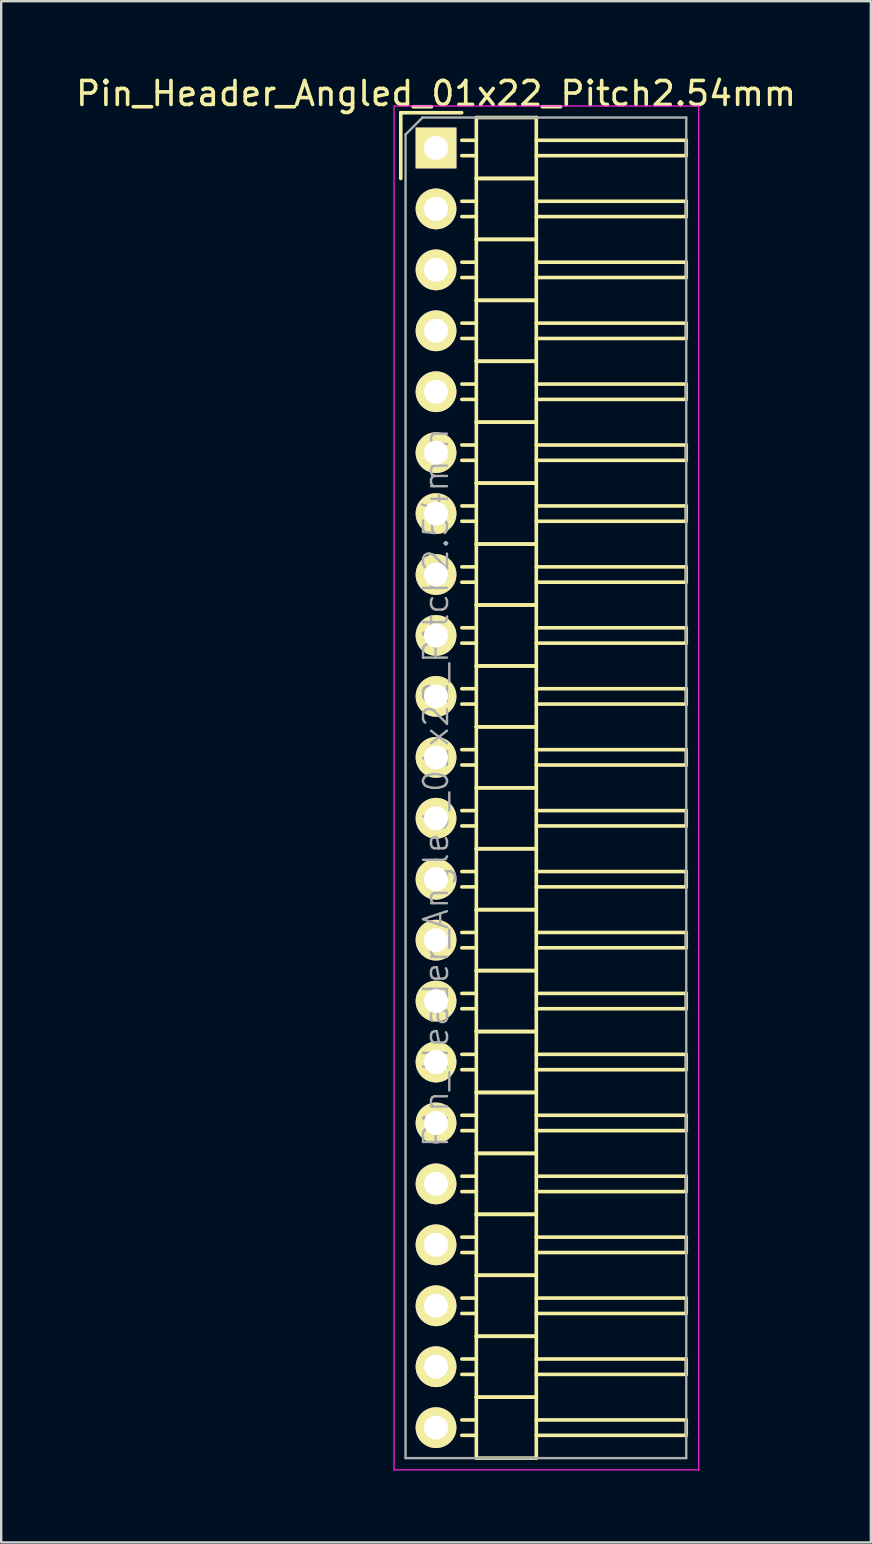
<source format=kicad_pcb>
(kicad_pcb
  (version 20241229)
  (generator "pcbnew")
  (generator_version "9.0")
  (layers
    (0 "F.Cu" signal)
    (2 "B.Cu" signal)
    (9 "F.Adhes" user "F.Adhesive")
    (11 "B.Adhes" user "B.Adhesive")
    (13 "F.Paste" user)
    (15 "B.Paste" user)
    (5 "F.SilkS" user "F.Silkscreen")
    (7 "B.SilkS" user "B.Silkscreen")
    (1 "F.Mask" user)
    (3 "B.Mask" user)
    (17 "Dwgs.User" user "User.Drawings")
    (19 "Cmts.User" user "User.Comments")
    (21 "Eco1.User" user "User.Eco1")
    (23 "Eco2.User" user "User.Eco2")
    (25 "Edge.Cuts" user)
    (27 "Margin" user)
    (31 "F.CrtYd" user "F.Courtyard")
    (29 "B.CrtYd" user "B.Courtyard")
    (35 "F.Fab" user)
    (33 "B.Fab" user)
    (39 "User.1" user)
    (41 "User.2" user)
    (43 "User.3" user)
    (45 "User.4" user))
  (footprint "Pin_Header_Angled_01x22_Pitch2.54mm"
    (layer "F.Cu")
    (at 15.125 3.118)
    (property "Reference" "Pin_Header_Angled_01x22_Pitch2.54mm" (at 0 -2.27 0) (layer "F.SilkS") (effects (font (size 1 1) (thickness 0.15))))
    (attr smd)
    (fp_line (start -1.47 -1.47) (end -1.47 1.27) (stroke (width 0.15) (type solid)) (layer "F.SilkS"))
    (fp_line (start -1.47 -1.47) (end 1.07 -1.47) (stroke (width 0.15) (type solid)) (layer "F.SilkS"))
    (fp_line (start 1.68 -0.32) (end 1.075 -0.32) (stroke (width 0.15) (type solid)) (layer "F.SilkS"))
    (fp_line (start 1.68 0.32) (end 1.075 0.32) (stroke (width 0.15) (type solid)) (layer "F.SilkS"))
    (fp_line (start 1.68 1.27) (end 1.68 -1.27) (stroke (width 0.15) (type solid)) (layer "F.SilkS"))
    (fp_line (start 1.68 2.22) (end 1.075 2.22) (stroke (width 0.15) (type solid)) (layer "F.SilkS"))
    (fp_line (start 1.68 2.86) (end 1.075 2.86) (stroke (width 0.15) (type solid)) (layer "F.SilkS"))
    (fp_line (start 1.68 3.81) (end 1.68 1.27) (stroke (width 0.15) (type solid)) (layer "F.SilkS"))
    (fp_line (start 1.68 4.76) (end 1.075 4.76) (stroke (width 0.15) (type solid)) (layer "F.SilkS"))
    (fp_line (start 1.68 5.4) (end 1.075 5.4) (stroke (width 0.15) (type solid)) (layer "F.SilkS"))
    (fp_line (start 1.68 6.35) (end 1.68 3.81) (stroke (width 0.15) (type solid)) (layer "F.SilkS"))
    (fp_line (start 1.68 7.3) (end 1.075 7.3) (stroke (width 0.15) (type solid)) (layer "F.SilkS"))
    (fp_line (start 1.68 7.94) (end 1.075 7.94) (stroke (width 0.15) (type solid)) (layer "F.SilkS"))
    (fp_line (start 1.68 8.89) (end 1.68 6.35) (stroke (width 0.15) (type solid)) (layer "F.SilkS"))
    (fp_line (start 1.68 9.84) (end 1.075 9.84) (stroke (width 0.15) (type solid)) (layer "F.SilkS"))
    (fp_line (start 1.68 10.48) (end 1.075 10.48) (stroke (width 0.15) (type solid)) (layer "F.SilkS"))
    (fp_line (start 1.68 11.43) (end 1.68 8.89) (stroke (width 0.15) (type solid)) (layer "F.SilkS"))
    (fp_line (start 1.68 12.38) (end 1.075 12.38) (stroke (width 0.15) (type solid)) (layer "F.SilkS"))
    (fp_line (start 1.68 13.02) (end 1.075 13.02) (stroke (width 0.15) (type solid)) (layer "F.SilkS"))
    (fp_line (start 1.68 13.97) (end 1.68 11.43) (stroke (width 0.15) (type solid)) (layer "F.SilkS"))
    (fp_line (start 1.68 14.92) (end 1.075 14.92) (stroke (width 0.15) (type solid)) (layer "F.SilkS"))
    (fp_line (start 1.68 15.56) (end 1.075 15.56) (stroke (width 0.15) (type solid)) (layer "F.SilkS"))
    (fp_line (start 1.68 16.51) (end 1.68 13.97) (stroke (width 0.15) (type solid)) (layer "F.SilkS"))
    (fp_line (start 1.68 17.46) (end 1.075 17.46) (stroke (width 0.15) (type solid)) (layer "F.SilkS"))
    (fp_line (start 1.68 18.1) (end 1.075 18.1) (stroke (width 0.15) (type solid)) (layer "F.SilkS"))
    (fp_line (start 1.68 19.05) (end 1.68 16.51) (stroke (width 0.15) (type solid)) (layer "F.SilkS"))
    (fp_line (start 1.68 20) (end 1.075 20) (stroke (width 0.15) (type solid)) (layer "F.SilkS"))
    (fp_line (start 1.68 20.64) (end 1.075 20.64) (stroke (width 0.15) (type solid)) (layer "F.SilkS"))
    (fp_line (start 1.68 21.59) (end 1.68 19.05) (stroke (width 0.15) (type solid)) (layer "F.SilkS"))
    (fp_line (start 1.68 22.54) (end 1.075 22.54) (stroke (width 0.15) (type solid)) (layer "F.SilkS"))
    (fp_line (start 1.68 23.18) (end 1.075 23.18) (stroke (width 0.15) (type solid)) (layer "F.SilkS"))
    (fp_line (start 1.68 24.13) (end 1.68 21.59) (stroke (width 0.15) (type solid)) (layer "F.SilkS"))
    (fp_line (start 1.68 25.08) (end 1.075 25.08) (stroke (width 0.15) (type solid)) (layer "F.SilkS"))
    (fp_line (start 1.68 25.72) (end 1.075 25.72) (stroke (width 0.15) (type solid)) (layer "F.SilkS"))
    (fp_line (start 1.68 26.67) (end 1.68 24.13) (stroke (width 0.15) (type solid)) (layer "F.SilkS"))
    (fp_line (start 1.68 27.62) (end 1.075 27.62) (stroke (width 0.15) (type solid)) (layer "F.SilkS"))
    (fp_line (start 1.68 28.26) (end 1.075 28.26) (stroke (width 0.15) (type solid)) (layer "F.SilkS"))
    (fp_line (start 1.68 29.21) (end 1.68 26.67) (stroke (width 0.15) (type solid)) (layer "F.SilkS"))
    (fp_line (start 1.68 30.16) (end 1.075 30.16) (stroke (width 0.15) (type solid)) (layer "F.SilkS"))
    (fp_line (start 1.68 30.8) (end 1.075 30.8) (stroke (width 0.15) (type solid)) (layer "F.SilkS"))
    (fp_line (start 1.68 31.75) (end 1.68 29.21) (stroke (width 0.15) (type solid)) (layer "F.SilkS"))
    (fp_line (start 1.68 32.7) (end 1.075 32.7) (stroke (width 0.15) (type solid)) (layer "F.SilkS"))
    (fp_line (start 1.68 33.34) (end 1.075 33.34) (stroke (width 0.15) (type solid)) (layer "F.SilkS"))
    (fp_line (start 1.68 34.29) (end 1.68 31.75) (stroke (width 0.15) (type solid)) (layer "F.SilkS"))
    (fp_line (start 1.68 35.24) (end 1.075 35.24) (stroke (width 0.15) (type solid)) (layer "F.SilkS"))
    (fp_line (start 1.68 35.88) (end 1.075 35.88) (stroke (width 0.15) (type solid)) (layer "F.SilkS"))
    (fp_line (start 1.68 36.83) (end 1.68 34.29) (stroke (width 0.15) (type solid)) (layer "F.SilkS"))
    (fp_line (start 1.68 37.78) (end 1.075 37.78) (stroke (width 0.15) (type solid)) (layer "F.SilkS"))
    (fp_line (start 1.68 38.42) (end 1.075 38.42) (stroke (width 0.15) (type solid)) (layer "F.SilkS"))
    (fp_line (start 1.68 39.37) (end 1.68 36.83) (stroke (width 0.15) (type solid)) (layer "F.SilkS"))
    (fp_line (start 1.68 40.32) (end 1.075 40.32) (stroke (width 0.15) (type solid)) (layer "F.SilkS"))
    (fp_line (start 1.68 40.96) (end 1.075 40.96) (stroke (width 0.15) (type solid)) (layer "F.SilkS"))
    (fp_line (start 1.68 41.91) (end 1.68 39.37) (stroke (width 0.15) (type solid)) (layer "F.SilkS"))
    (fp_line (start 1.68 42.86) (end 1.075 42.86) (stroke (width 0.15) (type solid)) (layer "F.SilkS"))
    (fp_line (start 1.68 43.5) (end 1.075 43.5) (stroke (width 0.15) (type solid)) (layer "F.SilkS"))
    (fp_line (start 1.68 44.45) (end 1.68 41.91) (stroke (width 0.15) (type solid)) (layer "F.SilkS"))
    (fp_line (start 1.68 45.4) (end 1.075 45.4) (stroke (width 0.15) (type solid)) (layer "F.SilkS"))
    (fp_line (start 1.68 46.04) (end 1.075 46.04) (stroke (width 0.15) (type solid)) (layer "F.SilkS"))
    (fp_line (start 1.68 46.99) (end 1.68 44.45) (stroke (width 0.15) (type solid)) (layer "F.SilkS"))
    (fp_line (start 1.68 47.94) (end 1.075 47.94) (stroke (width 0.15) (type solid)) (layer "F.SilkS"))
    (fp_line (start 1.68 48.58) (end 1.075 48.58) (stroke (width 0.15) (type solid)) (layer "F.SilkS"))
    (fp_line (start 1.68 49.53) (end 1.68 46.99) (stroke (width 0.15) (type solid)) (layer "F.SilkS"))
    (fp_line (start 1.68 50.48) (end 1.075 50.48) (stroke (width 0.15) (type solid)) (layer "F.SilkS"))
    (fp_line (start 1.68 51.12) (end 1.075 51.12) (stroke (width 0.15) (type solid)) (layer "F.SilkS"))
    (fp_line (start 1.68 52.07) (end 1.68 49.53) (stroke (width 0.15) (type solid)) (layer "F.SilkS"))
    (fp_line (start 1.68 53.02) (end 1.075 53.02) (stroke (width 0.15) (type solid)) (layer "F.SilkS"))
    (fp_line (start 1.68 53.66) (end 1.075 53.66) (stroke (width 0.15) (type solid)) (layer "F.SilkS"))
    (fp_line (start 1.68 54.61) (end 1.68 52.07) (stroke (width 0.15) (type solid)) (layer "F.SilkS"))
    (fp_line (start 4.18 -1.27) (end 1.68 -1.27) (stroke (width 0.15) (type solid)) (layer "F.SilkS"))
    (fp_line (start 4.18 -0.32) (end 10.43 -0.32) (stroke (width 0.15) (type solid)) (layer "F.SilkS"))
    (fp_line (start 4.18 0.32) (end 10.43 0.32) (stroke (width 0.15) (type solid)) (layer "F.SilkS"))
    (fp_line (start 4.18 1.27) (end 1.68 1.27) (stroke (width 0.15) (type solid)) (layer "F.SilkS"))
    (fp_line (start 4.18 1.27) (end 1.68 1.27) (stroke (width 0.15) (type solid)) (layer "F.SilkS"))
    (fp_line (start 4.18 1.27) (end 4.18 -1.27) (stroke (width 0.15) (type solid)) (layer "F.SilkS"))
    (fp_line (start 4.18 2.22) (end 10.43 2.22) (stroke (width 0.15) (type solid)) (layer "F.SilkS"))
    (fp_line (start 4.18 2.86) (end 10.43 2.86) (stroke (width 0.15) (type solid)) (layer "F.SilkS"))
    (fp_line (start 4.18 3.81) (end 1.68 3.81) (stroke (width 0.15) (type solid)) (layer "F.SilkS"))
    (fp_line (start 4.18 3.81) (end 1.68 3.81) (stroke (width 0.15) (type solid)) (layer "F.SilkS"))
    (fp_line (start 4.18 3.81) (end 4.18 1.27) (stroke (width 0.15) (type solid)) (layer "F.SilkS"))
    (fp_line (start 4.18 4.76) (end 10.43 4.76) (stroke (width 0.15) (type solid)) (layer "F.SilkS"))
    (fp_line (start 4.18 5.4) (end 10.43 5.4) (stroke (width 0.15) (type solid)) (layer "F.SilkS"))
    (fp_line (start 4.18 6.35) (end 1.68 6.35) (stroke (width 0.15) (type solid)) (layer "F.SilkS"))
    (fp_line (start 4.18 6.35) (end 1.68 6.35) (stroke (width 0.15) (type solid)) (layer "F.SilkS"))
    (fp_line (start 4.18 6.35) (end 4.18 3.81) (stroke (width 0.15) (type solid)) (layer "F.SilkS"))
    (fp_line (start 4.18 7.3) (end 10.43 7.3) (stroke (width 0.15) (type solid)) (layer "F.SilkS"))
    (fp_line (start 4.18 7.94) (end 10.43 7.94) (stroke (width 0.15) (type solid)) (layer "F.SilkS"))
    (fp_line (start 4.18 8.89) (end 1.68 8.89) (stroke (width 0.15) (type solid)) (layer "F.SilkS"))
    (fp_line (start 4.18 8.89) (end 1.68 8.89) (stroke (width 0.15) (type solid)) (layer "F.SilkS"))
    (fp_line (start 4.18 8.89) (end 4.18 6.35) (stroke (width 0.15) (type solid)) (layer "F.SilkS"))
    (fp_line (start 4.18 9.84) (end 10.43 9.84) (stroke (width 0.15) (type solid)) (layer "F.SilkS"))
    (fp_line (start 4.18 10.48) (end 10.43 10.48) (stroke (width 0.15) (type solid)) (layer "F.SilkS"))
    (fp_line (start 4.18 11.43) (end 1.68 11.43) (stroke (width 0.15) (type solid)) (layer "F.SilkS"))
    (fp_line (start 4.18 11.43) (end 1.68 11.43) (stroke (width 0.15) (type solid)) (layer "F.SilkS"))
    (fp_line (start 4.18 11.43) (end 4.18 8.89) (stroke (width 0.15) (type solid)) (layer "F.SilkS"))
    (fp_line (start 4.18 12.38) (end 10.43 12.38) (stroke (width 0.15) (type solid)) (layer "F.SilkS"))
    (fp_line (start 4.18 13.02) (end 10.43 13.02) (stroke (width 0.15) (type solid)) (layer "F.SilkS"))
    (fp_line (start 4.18 13.97) (end 1.68 13.97) (stroke (width 0.15) (type solid)) (layer "F.SilkS"))
    (fp_line (start 4.18 13.97) (end 1.68 13.97) (stroke (width 0.15) (type solid)) (layer "F.SilkS"))
    (fp_line (start 4.18 13.97) (end 4.18 11.43) (stroke (width 0.15) (type solid)) (layer "F.SilkS"))
    (fp_line (start 4.18 14.92) (end 10.43 14.92) (stroke (width 0.15) (type solid)) (layer "F.SilkS"))
    (fp_line (start 4.18 15.56) (end 10.43 15.56) (stroke (width 0.15) (type solid)) (layer "F.SilkS"))
    (fp_line (start 4.18 16.51) (end 1.68 16.51) (stroke (width 0.15) (type solid)) (layer "F.SilkS"))
    (fp_line (start 4.18 16.51) (end 1.68 16.51) (stroke (width 0.15) (type solid)) (layer "F.SilkS"))
    (fp_line (start 4.18 16.51) (end 4.18 13.97) (stroke (width 0.15) (type solid)) (layer "F.SilkS"))
    (fp_line (start 4.18 17.46) (end 10.43 17.46) (stroke (width 0.15) (type solid)) (layer "F.SilkS"))
    (fp_line (start 4.18 18.1) (end 10.43 18.1) (stroke (width 0.15) (type solid)) (layer "F.SilkS"))
    (fp_line (start 4.18 19.05) (end 1.68 19.05) (stroke (width 0.15) (type solid)) (layer "F.SilkS"))
    (fp_line (start 4.18 19.05) (end 1.68 19.05) (stroke (width 0.15) (type solid)) (layer "F.SilkS"))
    (fp_line (start 4.18 19.05) (end 4.18 16.51) (stroke (width 0.15) (type solid)) (layer "F.SilkS"))
    (fp_line (start 4.18 20) (end 10.43 20) (stroke (width 0.15) (type solid)) (layer "F.SilkS"))
    (fp_line (start 4.18 20.64) (end 10.43 20.64) (stroke (width 0.15) (type solid)) (layer "F.SilkS"))
    (fp_line (start 4.18 21.59) (end 1.68 21.59) (stroke (width 0.15) (type solid)) (layer "F.SilkS"))
    (fp_line (start 4.18 21.59) (end 1.68 21.59) (stroke (width 0.15) (type solid)) (layer "F.SilkS"))
    (fp_line (start 4.18 21.59) (end 4.18 19.05) (stroke (width 0.15) (type solid)) (layer "F.SilkS"))
    (fp_line (start 4.18 22.54) (end 10.43 22.54) (stroke (width 0.15) (type solid)) (layer "F.SilkS"))
    (fp_line (start 4.18 23.18) (end 10.43 23.18) (stroke (width 0.15) (type solid)) (layer "F.SilkS"))
    (fp_line (start 4.18 24.13) (end 1.68 24.13) (stroke (width 0.15) (type solid)) (layer "F.SilkS"))
    (fp_line (start 4.18 24.13) (end 1.68 24.13) (stroke (width 0.15) (type solid)) (layer "F.SilkS"))
    (fp_line (start 4.18 24.13) (end 4.18 21.59) (stroke (width 0.15) (type solid)) (layer "F.SilkS"))
    (fp_line (start 4.18 25.08) (end 10.43 25.08) (stroke (width 0.15) (type solid)) (layer "F.SilkS"))
    (fp_line (start 4.18 25.72) (end 10.43 25.72) (stroke (width 0.15) (type solid)) (layer "F.SilkS"))
    (fp_line (start 4.18 26.67) (end 1.68 26.67) (stroke (width 0.15) (type solid)) (layer "F.SilkS"))
    (fp_line (start 4.18 26.67) (end 1.68 26.67) (stroke (width 0.15) (type solid)) (layer "F.SilkS"))
    (fp_line (start 4.18 26.67) (end 4.18 24.13) (stroke (width 0.15) (type solid)) (layer "F.SilkS"))
    (fp_line (start 4.18 27.62) (end 10.43 27.62) (stroke (width 0.15) (type solid)) (layer "F.SilkS"))
    (fp_line (start 4.18 28.26) (end 10.43 28.26) (stroke (width 0.15) (type solid)) (layer "F.SilkS"))
    (fp_line (start 4.18 29.21) (end 1.68 29.21) (stroke (width 0.15) (type solid)) (layer "F.SilkS"))
    (fp_line (start 4.18 29.21) (end 1.68 29.21) (stroke (width 0.15) (type solid)) (layer "F.SilkS"))
    (fp_line (start 4.18 29.21) (end 4.18 26.67) (stroke (width 0.15) (type solid)) (layer "F.SilkS"))
    (fp_line (start 4.18 30.16) (end 10.43 30.16) (stroke (width 0.15) (type solid)) (layer "F.SilkS"))
    (fp_line (start 4.18 30.8) (end 10.43 30.8) (stroke (width 0.15) (type solid)) (layer "F.SilkS"))
    (fp_line (start 4.18 31.75) (end 1.68 31.75) (stroke (width 0.15) (type solid)) (layer "F.SilkS"))
    (fp_line (start 4.18 31.75) (end 1.68 31.75) (stroke (width 0.15) (type solid)) (layer "F.SilkS"))
    (fp_line (start 4.18 31.75) (end 4.18 29.21) (stroke (width 0.15) (type solid)) (layer "F.SilkS"))
    (fp_line (start 4.18 32.7) (end 10.43 32.7) (stroke (width 0.15) (type solid)) (layer "F.SilkS"))
    (fp_line (start 4.18 33.34) (end 10.43 33.34) (stroke (width 0.15) (type solid)) (layer "F.SilkS"))
    (fp_line (start 4.18 34.29) (end 1.68 34.29) (stroke (width 0.15) (type solid)) (layer "F.SilkS"))
    (fp_line (start 4.18 34.29) (end 1.68 34.29) (stroke (width 0.15) (type solid)) (layer "F.SilkS"))
    (fp_line (start 4.18 34.29) (end 4.18 31.75) (stroke (width 0.15) (type solid)) (layer "F.SilkS"))
    (fp_line (start 4.18 35.24) (end 10.43 35.24) (stroke (width 0.15) (type solid)) (layer "F.SilkS"))
    (fp_line (start 4.18 35.88) (end 10.43 35.88) (stroke (width 0.15) (type solid)) (layer "F.SilkS"))
    (fp_line (start 4.18 36.83) (end 1.68 36.83) (stroke (width 0.15) (type solid)) (layer "F.SilkS"))
    (fp_line (start 4.18 36.83) (end 1.68 36.83) (stroke (width 0.15) (type solid)) (layer "F.SilkS"))
    (fp_line (start 4.18 36.83) (end 4.18 34.29) (stroke (width 0.15) (type solid)) (layer "F.SilkS"))
    (fp_line (start 4.18 37.78) (end 10.43 37.78) (stroke (width 0.15) (type solid)) (layer "F.SilkS"))
    (fp_line (start 4.18 38.42) (end 10.43 38.42) (stroke (width 0.15) (type solid)) (layer "F.SilkS"))
    (fp_line (start 4.18 39.37) (end 1.68 39.37) (stroke (width 0.15) (type solid)) (layer "F.SilkS"))
    (fp_line (start 4.18 39.37) (end 1.68 39.37) (stroke (width 0.15) (type solid)) (layer "F.SilkS"))
    (fp_line (start 4.18 39.37) (end 4.18 36.83) (stroke (width 0.15) (type solid)) (layer "F.SilkS"))
    (fp_line (start 4.18 40.32) (end 10.43 40.32) (stroke (width 0.15) (type solid)) (layer "F.SilkS"))
    (fp_line (start 4.18 40.96) (end 10.43 40.96) (stroke (width 0.15) (type solid)) (layer "F.SilkS"))
    (fp_line (start 4.18 41.91) (end 1.68 41.91) (stroke (width 0.15) (type solid)) (layer "F.SilkS"))
    (fp_line (start 4.18 41.91) (end 1.68 41.91) (stroke (width 0.15) (type solid)) (layer "F.SilkS"))
    (fp_line (start 4.18 41.91) (end 4.18 39.37) (stroke (width 0.15) (type solid)) (layer "F.SilkS"))
    (fp_line (start 4.18 42.86) (end 10.43 42.86) (stroke (width 0.15) (type solid)) (layer "F.SilkS"))
    (fp_line (start 4.18 43.5) (end 10.43 43.5) (stroke (width 0.15) (type solid)) (layer "F.SilkS"))
    (fp_line (start 4.18 44.45) (end 1.68 44.45) (stroke (width 0.15) (type solid)) (layer "F.SilkS"))
    (fp_line (start 4.18 44.45) (end 1.68 44.45) (stroke (width 0.15) (type solid)) (layer "F.SilkS"))
    (fp_line (start 4.18 44.45) (end 4.18 41.91) (stroke (width 0.15) (type solid)) (layer "F.SilkS"))
    (fp_line (start 4.18 45.4) (end 10.43 45.4) (stroke (width 0.15) (type solid)) (layer "F.SilkS"))
    (fp_line (start 4.18 46.04) (end 10.43 46.04) (stroke (width 0.15) (type solid)) (layer "F.SilkS"))
    (fp_line (start 4.18 46.99) (end 1.68 46.99) (stroke (width 0.15) (type solid)) (layer "F.SilkS"))
    (fp_line (start 4.18 46.99) (end 1.68 46.99) (stroke (width 0.15) (type solid)) (layer "F.SilkS"))
    (fp_line (start 4.18 46.99) (end 4.18 44.45) (stroke (width 0.15) (type solid)) (layer "F.SilkS"))
    (fp_line (start 4.18 47.94) (end 10.43 47.94) (stroke (width 0.15) (type solid)) (layer "F.SilkS"))
    (fp_line (start 4.18 48.58) (end 10.43 48.58) (stroke (width 0.15) (type solid)) (layer "F.SilkS"))
    (fp_line (start 4.18 49.53) (end 1.68 49.53) (stroke (width 0.15) (type solid)) (layer "F.SilkS"))
    (fp_line (start 4.18 49.53) (end 1.68 49.53) (stroke (width 0.15) (type solid)) (layer "F.SilkS"))
    (fp_line (start 4.18 49.53) (end 4.18 46.99) (stroke (width 0.15) (type solid)) (layer "F.SilkS"))
    (fp_line (start 4.18 50.48) (end 10.43 50.48) (stroke (width 0.15) (type solid)) (layer "F.SilkS"))
    (fp_line (start 4.18 51.12) (end 10.43 51.12) (stroke (width 0.15) (type solid)) (layer "F.SilkS"))
    (fp_line (start 4.18 52.07) (end 1.68 52.07) (stroke (width 0.15) (type solid)) (layer "F.SilkS"))
    (fp_line (start 4.18 52.07) (end 1.68 52.07) (stroke (width 0.15) (type solid)) (layer "F.SilkS"))
    (fp_line (start 4.18 52.07) (end 4.18 49.53) (stroke (width 0.15) (type solid)) (layer "F.SilkS"))
    (fp_line (start 4.18 53.02) (end 10.43 53.02) (stroke (width 0.15) (type solid)) (layer "F.SilkS"))
    (fp_line (start 4.18 53.66) (end 10.43 53.66) (stroke (width 0.15) (type solid)) (layer "F.SilkS"))
    (fp_line (start 4.18 54.61) (end 1.68 54.61) (stroke (width 0.15) (type solid)) (layer "F.SilkS"))
    (fp_line (start 4.18 54.61) (end 4.18 52.07) (stroke (width 0.15) (type solid)) (layer "F.SilkS"))
    (fp_line (start 10.43 0.32) (end 10.43 -0.32) (stroke (width 0.15) (type solid)) (layer "F.SilkS"))
    (fp_line (start 10.43 2.86) (end 10.43 2.22) (stroke (width 0.15) (type solid)) (layer "F.SilkS"))
    (fp_line (start 10.43 5.4) (end 10.43 4.76) (stroke (width 0.15) (type solid)) (layer "F.SilkS"))
    (fp_line (start 10.43 7.94) (end 10.43 7.3) (stroke (width 0.15) (type solid)) (layer "F.SilkS"))
    (fp_line (start 10.43 10.48) (end 10.43 9.84) (stroke (width 0.15) (type solid)) (layer "F.SilkS"))
    (fp_line (start 10.43 13.02) (end 10.43 12.38) (stroke (width 0.15) (type solid)) (layer "F.SilkS"))
    (fp_line (start 10.43 15.56) (end 10.43 14.92) (stroke (width 0.15) (type solid)) (layer "F.SilkS"))
    (fp_line (start 10.43 18.1) (end 10.43 17.46) (stroke (width 0.15) (type solid)) (layer "F.SilkS"))
    (fp_line (start 10.43 20.64) (end 10.43 20) (stroke (width 0.15) (type solid)) (layer "F.SilkS"))
    (fp_line (start 10.43 23.18) (end 10.43 22.54) (stroke (width 0.15) (type solid)) (layer "F.SilkS"))
    (fp_line (start 10.43 25.72) (end 10.43 25.08) (stroke (width 0.15) (type solid)) (layer "F.SilkS"))
    (fp_line (start 10.43 28.26) (end 10.43 27.62) (stroke (width 0.15) (type solid)) (layer "F.SilkS"))
    (fp_line (start 10.43 30.8) (end 10.43 30.16) (stroke (width 0.15) (type solid)) (layer "F.SilkS"))
    (fp_line (start 10.43 33.34) (end 10.43 32.7) (stroke (width 0.15) (type solid)) (layer "F.SilkS"))
    (fp_line (start 10.43 35.88) (end 10.43 35.24) (stroke (width 0.15) (type solid)) (layer "F.SilkS"))
    (fp_line (start 10.43 38.42) (end 10.43 37.78) (stroke (width 0.15) (type solid)) (layer "F.SilkS"))
    (fp_line (start 10.43 40.96) (end 10.43 40.32) (stroke (width 0.15) (type solid)) (layer "F.SilkS"))
    (fp_line (start 10.43 43.5) (end 10.43 42.86) (stroke (width 0.15) (type solid)) (layer "F.SilkS"))
    (fp_line (start 10.43 46.04) (end 10.43 45.4) (stroke (width 0.15) (type solid)) (layer "F.SilkS"))
    (fp_line (start 10.43 48.58) (end 10.43 47.94) (stroke (width 0.15) (type solid)) (layer "F.SilkS"))
    (fp_line (start 10.43 51.12) (end 10.43 50.48) (stroke (width 0.15) (type solid)) (layer "F.SilkS"))
    (fp_line (start 10.43 53.66) (end 10.43 53.02) (stroke (width 0.15) (type solid)) (layer "F.SilkS"))
    (fp_line (start -1.75 -1.75) (end -1.75 55.1) (stroke (width 0.05) (type solid)) (layer "F.CrtYd"))
    (fp_line (start 10.95 -1.75) (end -1.75 -1.75) (stroke (width 0.05) (type solid)) (layer "F.CrtYd"))
    (fp_line (start 10.95 -1.75) (end 10.95 55.1) (stroke (width 0.05) (type solid)) (layer "F.CrtYd"))
    (fp_line (start 10.95 55.1) (end -1.75 55.1) (stroke (width 0.05) (type solid)) (layer "F.CrtYd"))
    (fp_line (start -1.27 -0.563) (end -0.563 -1.27) (stroke (width 0.1) (type solid)) (layer "F.Fab"))
    (fp_line (start -1.27 54.61) (end -1.27 -0.563) (stroke (width 0.1) (type solid)) (layer "F.Fab"))
    (fp_line (start 10.43 -1.27) (end -0.563 -1.27) (stroke (width 0.1) (type solid)) (layer "F.Fab"))
    (fp_line (start 10.43 54.61) (end -1.27 54.61) (stroke (width 0.1) (type solid)) (layer "F.Fab"))
    (fp_line (start 10.43 54.61) (end 10.43 -1.27) (stroke (width 0.1) (type solid)) (layer "F.Fab"))
    (fp_text user "${REFERENCE}" (at 0 26.67 90) (layer "F.Fab") (effects (font (size 1 1) (thickness 0.1))))
    (pad "1" thru_hole rect (at 0 0) (size 1.7 1.7) (drill 1) (layers "*.Cu" "*.Mask" "F.SilkS"))
    (pad "2" thru_hole oval (at 0 2.54) (size 1.7 1.7) (drill 1) (layers "*.Cu" "*.Mask" "F.SilkS"))
    (pad "3" thru_hole oval (at 0 5.08) (size 1.7 1.7) (drill 1) (layers "*.Cu" "*.Mask" "F.SilkS"))
    (pad "4" thru_hole oval (at 0 7.62) (size 1.7 1.7) (drill 1) (layers "*.Cu" "*.Mask" "F.SilkS"))
    (pad "5" thru_hole oval (at 0 10.16) (size 1.7 1.7) (drill 1) (layers "*.Cu" "*.Mask" "F.SilkS"))
    (pad "6" thru_hole oval (at 0 12.7) (size 1.7 1.7) (drill 1) (layers "*.Cu" "*.Mask" "F.SilkS"))
    (pad "7" thru_hole oval (at 0 15.24) (size 1.7 1.7) (drill 1) (layers "*.Cu" "*.Mask" "F.SilkS"))
    (pad "8" thru_hole oval (at 0 17.78) (size 1.7 1.7) (drill 1) (layers "*.Cu" "*.Mask" "F.SilkS"))
    (pad "9" thru_hole oval (at 0 20.32) (size 1.7 1.7) (drill 1) (layers "*.Cu" "*.Mask" "F.SilkS"))
    (pad "10" thru_hole oval (at 0 22.86) (size 1.7 1.7) (drill 1) (layers "*.Cu" "*.Mask" "F.SilkS"))
    (pad "11" thru_hole oval (at 0 25.4) (size 1.7 1.7) (drill 1) (layers "*.Cu" "*.Mask" "F.SilkS"))
    (pad "12" thru_hole oval (at 0 27.94) (size 1.7 1.7) (drill 1) (layers "*.Cu" "*.Mask" "F.SilkS"))
    (pad "13" thru_hole oval (at 0 30.48) (size 1.7 1.7) (drill 1) (layers "*.Cu" "*.Mask" "F.SilkS"))
    (pad "14" thru_hole oval (at 0 33.02) (size 1.7 1.7) (drill 1) (layers "*.Cu" "*.Mask" "F.SilkS"))
    (pad "15" thru_hole oval (at 0 35.56) (size 1.7 1.7) (drill 1) (layers "*.Cu" "*.Mask" "F.SilkS"))
    (pad "16" thru_hole oval (at 0 38.1) (size 1.7 1.7) (drill 1) (layers "*.Cu" "*.Mask" "F.SilkS"))
    (pad "17" thru_hole oval (at 0 40.64) (size 1.7 1.7) (drill 1) (layers "*.Cu" "*.Mask" "F.SilkS"))
    (pad "18" thru_hole oval (at 0 43.18) (size 1.7 1.7) (drill 1) (layers "*.Cu" "*.Mask" "F.SilkS"))
    (pad "19" thru_hole oval (at 0 45.72) (size 1.7 1.7) (drill 1) (layers "*.Cu" "*.Mask" "F.SilkS"))
    (pad "20" thru_hole oval (at 0 48.26) (size 1.7 1.7) (drill 1) (layers "*.Cu" "*.Mask" "F.SilkS"))
    (pad "21" thru_hole oval (at 0 50.8) (size 1.7 1.7) (drill 1) (layers "*.Cu" "*.Mask" "F.SilkS"))
    (pad "22" thru_hole oval (at 0 53.34) (size 1.7 1.7) (drill 1) (layers "*.Cu" "*.Mask" "F.SilkS")))
  (gr_rect
    (start -3 -3)
    (end 33.25 61.243)
    (stroke (width 0.1) (type default))
    (fill no)
    (layer "Edge.Cuts")))
</source>
